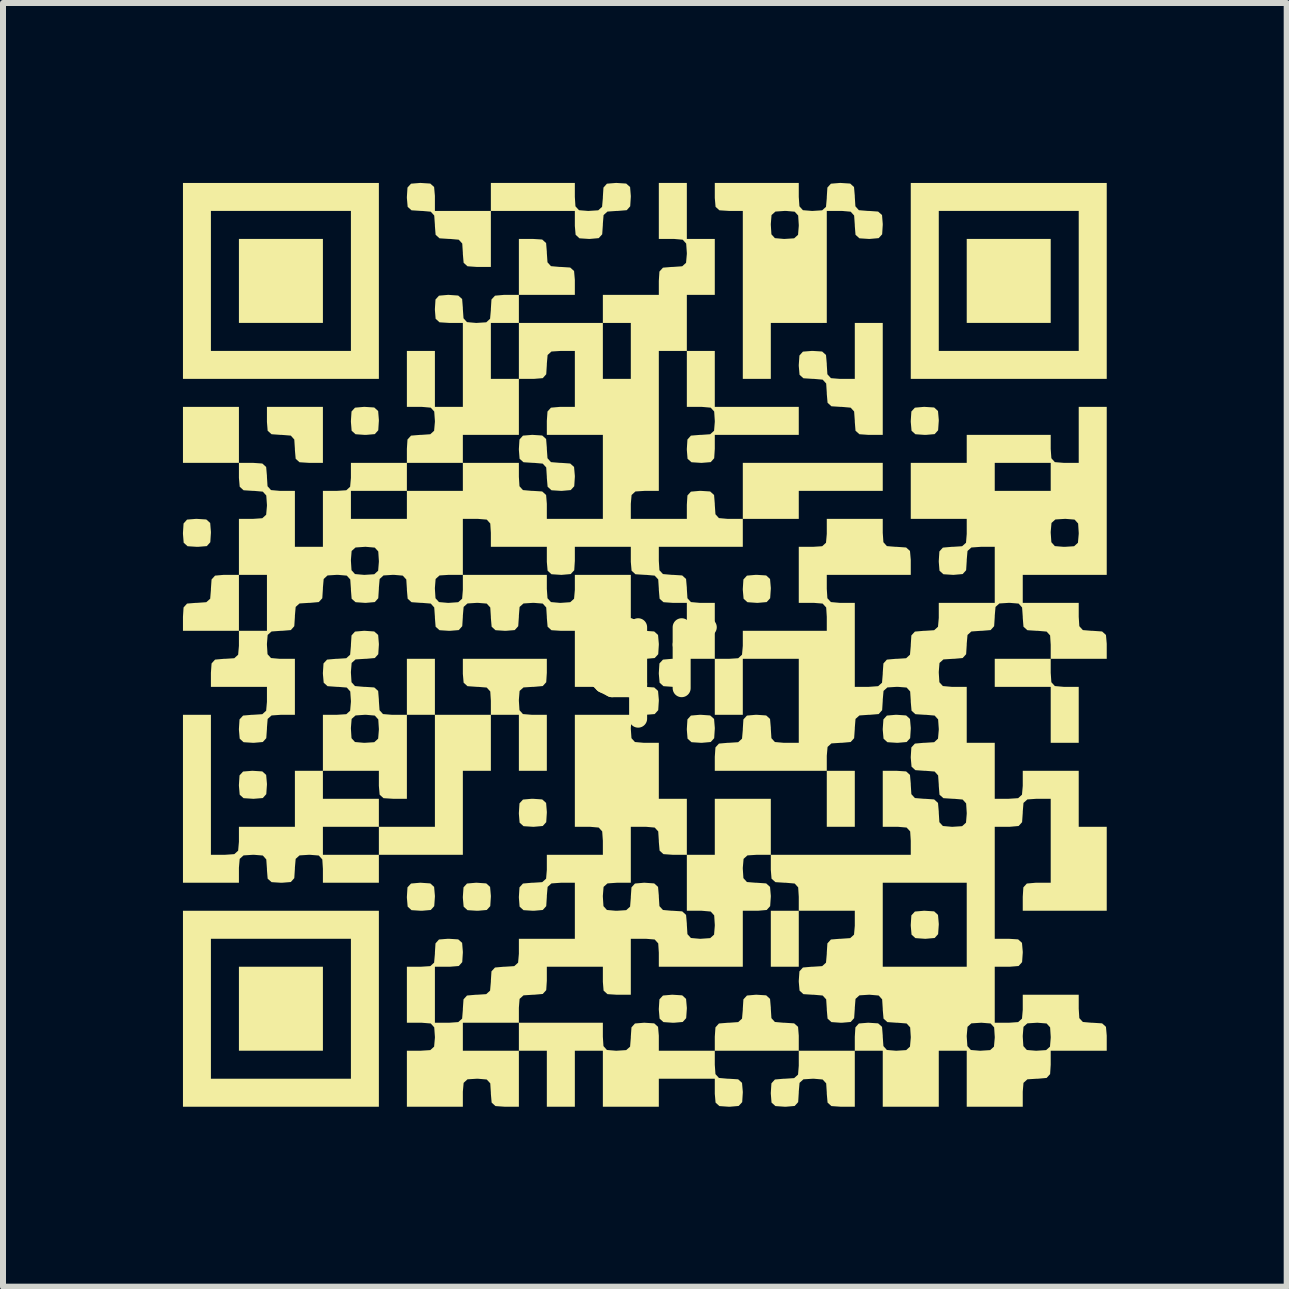
<source format=kicad_pcb>
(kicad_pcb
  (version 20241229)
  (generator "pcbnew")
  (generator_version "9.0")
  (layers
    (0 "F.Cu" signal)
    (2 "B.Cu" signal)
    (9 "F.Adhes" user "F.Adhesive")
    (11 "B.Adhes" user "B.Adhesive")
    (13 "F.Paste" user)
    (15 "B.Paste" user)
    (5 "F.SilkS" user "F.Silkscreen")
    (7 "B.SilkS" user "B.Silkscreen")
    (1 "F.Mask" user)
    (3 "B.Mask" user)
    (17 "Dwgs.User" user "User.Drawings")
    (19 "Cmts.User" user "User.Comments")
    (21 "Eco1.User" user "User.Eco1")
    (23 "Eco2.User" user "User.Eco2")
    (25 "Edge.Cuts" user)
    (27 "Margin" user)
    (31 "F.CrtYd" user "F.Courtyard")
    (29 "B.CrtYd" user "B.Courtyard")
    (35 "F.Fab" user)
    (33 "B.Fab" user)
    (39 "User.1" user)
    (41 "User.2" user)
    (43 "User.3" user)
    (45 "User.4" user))
  (footprint "qr"
    (layer "F.Cu")
    (at 7.733 7.733)
    (property "Reference" "qr" (at 0 0 0) (layer "F.SilkS") (effects (font (size 1.524 1.524) (thickness 0.3))))
    (attr board_only exclude_from_pos_files exclude_from_bom)
    (fp_poly (pts (xy -6.8 -3.067) (xy -7.733 -3.067) (xy -7.733 -4) (xy -6.8 -4)) (stroke (width 0) (type solid)) (fill yes) (layer "F.SilkS"))
    (fp_poly (pts (xy -5.4 -5.4) (xy -6.8 -5.4) (xy -6.8 -6.8) (xy -5.4 -6.8)) (stroke (width 0) (type solid)) (fill yes) (layer "F.SilkS"))
    (fp_poly (pts (xy -5.4 6.733) (xy -6.8 6.733) (xy -6.8 5.333) (xy -5.4 5.333)) (stroke (width 0) (type solid)) (fill yes) (layer "F.SilkS"))
    (fp_poly (pts (xy 2.533 5.333) (xy 2.067 5.333) (xy 2.067 4.4) (xy 2.533 4.4)) (stroke (width 0) (type solid)) (fill yes) (layer "F.SilkS"))
    (fp_poly (pts (xy 3.467 3) (xy 3 3) (xy 3 2.067) (xy 3.467 2.067)) (stroke (width 0) (type solid)) (fill yes) (layer "F.SilkS"))
    (fp_poly (pts (xy 6.733 -5.4) (xy 5.333 -5.4) (xy 5.333 -6.8) (xy 6.733 -6.8)) (stroke (width 0) (type solid)) (fill yes) (layer "F.SilkS"))
    (fp_poly (pts (xy 3.933 -2.6) (xy 2.533 -2.6) (xy 2.533 -2.133) (xy 1.6 -2.133) (xy 1.6 -3.067) (xy 3.933 -3.067)) (stroke (width 0) (type solid)) (fill yes) (layer "F.SilkS"))
    (fp_poly (pts (xy -4.467 -4.467) (xy -7.733 -4.467) (xy -7.733 -4.933) (xy -7.267 -4.933) (xy -4.933 -4.933) (xy -4.933 -7.267) (xy -7.267 -7.267) (xy -7.267 -4.933) (xy -7.733 -4.933) (xy -7.733 -7.733) (xy -4.467 -7.733)) (stroke (width 0) (type solid)) (fill yes) (layer "F.SilkS"))
    (fp_poly (pts (xy -4.467 7.667) (xy -7.733 7.667) (xy -7.733 7.2) (xy -7.267 7.2) (xy -4.933 7.2) (xy -4.933 4.867) (xy -7.267 4.867) (xy -7.267 7.2) (xy -7.733 7.2) (xy -7.733 4.4) (xy -4.467 4.4)) (stroke (width 0) (type solid)) (fill yes) (layer "F.SilkS"))
    (fp_poly (pts (xy 7.667 -4.467) (xy 4.4 -4.467) (xy 4.4 -4.933) (xy 4.867 -4.933) (xy 7.2 -4.933) (xy 7.2 -7.267) (xy 4.867 -7.267) (xy 4.867 -4.933) (xy 4.4 -4.933) (xy 4.4 -7.733) (xy 7.667 -7.733)) (stroke (width 0) (type solid)) (fill yes) (layer "F.SilkS"))
    (fp_poly (pts (xy 6.733 0.433) (xy 6.744 0.59) (xy 6.802 0.654) (xy 6.949 0.667) (xy 6.967 0.667) (xy 7.2 0.667) (xy 7.2 1.6) (xy 6.733 1.6) (xy 6.733 0.667) (xy 5.8 0.667) (xy 5.8 0.2) (xy 6.733 0.2)) (stroke (width 0) (type solid)) (fill yes) (layer "F.SilkS"))
    (fp_poly (pts (xy -7.344 -2.123) (xy -7.279 -2.065) (xy -7.267 -1.918) (xy -7.267 -1.9) (xy -7.277 -1.744) (xy -7.335 -1.679) (xy -7.482 -1.667) (xy -7.5 -1.667) (xy -7.656 -1.677) (xy -7.721 -1.735) (xy -7.733 -1.882) (xy -7.733 -1.9) (xy -7.723 -2.056) (xy -7.665 -2.121) (xy -7.518 -2.133) (xy -7.5 -2.133)) (stroke (width 0) (type solid)) (fill yes) (layer "F.SilkS"))
    (fp_poly (pts (xy -6.41 2.077) (xy -6.346 2.135) (xy -6.333 2.282) (xy -6.333 2.3) (xy -6.344 2.456) (xy -6.402 2.521) (xy -6.549 2.533) (xy -6.567 2.533) (xy -6.723 2.523) (xy -6.787 2.465) (xy -6.8 2.318) (xy -6.8 2.3) (xy -6.79 2.144) (xy -6.731 2.079) (xy -6.584 2.067) (xy -6.567 2.067)) (stroke (width 0) (type solid)) (fill yes) (layer "F.SilkS"))
    (fp_poly (pts (xy -5.4 -3.067) (xy -5.633 -3.067) (xy -5.79 -3.077) (xy -5.854 -3.135) (xy -5.867 -3.282) (xy -5.867 -3.3) (xy -5.877 -3.456) (xy -5.935 -3.521) (xy -6.082 -3.533) (xy -6.1 -3.533) (xy -6.256 -3.544) (xy -6.321 -3.602) (xy -6.333 -3.749) (xy -6.333 -3.767) (xy -6.333 -4) (xy -5.4 -4)) (stroke (width 0) (type solid)) (fill yes) (layer "F.SilkS"))
    (fp_poly (pts (xy -4.544 -3.99) (xy -4.479 -3.931) (xy -4.467 -3.784) (xy -4.467 -3.767) (xy -4.477 -3.61) (xy -4.535 -3.546) (xy -4.682 -3.533) (xy -4.7 -3.533) (xy -4.856 -3.544) (xy -4.921 -3.602) (xy -4.933 -3.749) (xy -4.933 -3.767) (xy -4.923 -3.923) (xy -4.865 -3.987) (xy -4.718 -4) (xy -4.7 -4)) (stroke (width 0) (type solid)) (fill yes) (layer "F.SilkS"))
    (fp_poly (pts (xy -3.61 3.944) (xy -3.546 4.002) (xy -3.533 4.149) (xy -3.533 4.167) (xy -3.544 4.323) (xy -3.602 4.387) (xy -3.749 4.4) (xy -3.767 4.4) (xy -3.923 4.39) (xy -3.987 4.331) (xy -4 4.184) (xy -4 4.167) (xy -3.99 4.01) (xy -3.931 3.946) (xy -3.784 3.933) (xy -3.767 3.933)) (stroke (width 0) (type solid)) (fill yes) (layer "F.SilkS"))
    (fp_poly (pts (xy -2.677 3.944) (xy -2.613 4.002) (xy -2.6 4.149) (xy -2.6 4.167) (xy -2.61 4.323) (xy -2.669 4.387) (xy -2.816 4.4) (xy -2.833 4.4) (xy -2.99 4.39) (xy -3.054 4.331) (xy -3.067 4.184) (xy -3.067 4.167) (xy -3.056 4.01) (xy -2.998 3.946) (xy -2.851 3.933) (xy -2.833 3.933)) (stroke (width 0) (type solid)) (fill yes) (layer "F.SilkS"))
    (fp_poly (pts (xy -1.744 -6.79) (xy -1.679 -6.731) (xy -1.667 -6.584) (xy -1.667 -6.567) (xy -1.656 -6.41) (xy -1.598 -6.346) (xy -1.451 -6.333) (xy -1.433 -6.333) (xy -1.277 -6.323) (xy -1.213 -6.265) (xy -1.2 -6.118) (xy -1.2 -6.1) (xy -1.2 -5.867) (xy -2.133 -5.867) (xy -2.133 -6.8) (xy -1.9 -6.8)) (stroke (width 0) (type solid)) (fill yes) (layer "F.SilkS"))
    (fp_poly (pts (xy -1.744 2.544) (xy -1.679 2.602) (xy -1.667 2.749) (xy -1.667 2.767) (xy -1.677 2.923) (xy -1.735 2.987) (xy -1.882 3) (xy -1.9 3) (xy -2.056 2.99) (xy -2.121 2.931) (xy -2.133 2.784) (xy -2.133 2.767) (xy -2.123 2.61) (xy -2.065 2.546) (xy -1.918 2.533) (xy -1.9 2.533)) (stroke (width 0) (type solid)) (fill yes) (layer "F.SilkS"))
    (fp_poly (pts (xy 0.59 0.21) (xy 0.654 0.269) (xy 0.667 0.416) (xy 0.667 0.433) (xy 0.656 0.59) (xy 0.598 0.654) (xy 0.451 0.667) (xy 0.433 0.667) (xy 0.277 0.656) (xy 0.213 0.598) (xy 0.2 0.451) (xy 0.2 0.433) (xy 0.21 0.277) (xy 0.269 0.213) (xy 0.416 0.2) (xy 0.433 0.2)) (stroke (width 0) (type solid)) (fill yes) (layer "F.SilkS"))
    (fp_poly (pts (xy 0.59 5.81) (xy 0.654 5.869) (xy 0.667 6.016) (xy 0.667 6.033) (xy 0.656 6.19) (xy 0.598 6.254) (xy 0.451 6.267) (xy 0.433 6.267) (xy 0.277 6.256) (xy 0.213 6.198) (xy 0.2 6.051) (xy 0.2 6.033) (xy 0.21 5.877) (xy 0.269 5.813) (xy 0.416 5.8) (xy 0.433 5.8)) (stroke (width 0) (type solid)) (fill yes) (layer "F.SilkS"))
    (fp_poly (pts (xy 1.056 1.144) (xy 1.121 1.202) (xy 1.133 1.349) (xy 1.133 1.367) (xy 1.123 1.523) (xy 1.065 1.587) (xy 0.918 1.6) (xy 0.9 1.6) (xy 0.744 1.59) (xy 0.679 1.531) (xy 0.667 1.384) (xy 0.667 1.367) (xy 0.677 1.21) (xy 0.735 1.146) (xy 0.882 1.133) (xy 0.9 1.133)) (stroke (width 0) (type solid)) (fill yes) (layer "F.SilkS"))
    (fp_poly (pts (xy 1.99 -1.19) (xy 2.054 -1.131) (xy 2.067 -0.984) (xy 2.067 -0.967) (xy 2.056 -0.81) (xy 1.998 -0.746) (xy 1.851 -0.733) (xy 1.833 -0.733) (xy 1.677 -0.744) (xy 1.613 -0.802) (xy 1.6 -0.949) (xy 1.6 -0.967) (xy 1.61 -1.123) (xy 1.669 -1.187) (xy 1.816 -1.2) (xy 1.833 -1.2)) (stroke (width 0) (type solid)) (fill yes) (layer "F.SilkS"))
    (fp_poly (pts (xy 4.323 1.144) (xy 4.387 1.202) (xy 4.4 1.349) (xy 4.4 1.367) (xy 4.39 1.523) (xy 4.331 1.587) (xy 4.184 1.6) (xy 4.167 1.6) (xy 4.01 1.59) (xy 3.946 1.531) (xy 3.933 1.384) (xy 3.933 1.367) (xy 3.944 1.21) (xy 4.002 1.146) (xy 4.149 1.133) (xy 4.167 1.133)) (stroke (width 0) (type solid)) (fill yes) (layer "F.SilkS"))
    (fp_poly (pts (xy 4.79 -3.99) (xy 4.854 -3.931) (xy 4.867 -3.784) (xy 4.867 -3.767) (xy 4.856 -3.61) (xy 4.798 -3.546) (xy 4.651 -3.533) (xy 4.633 -3.533) (xy 4.477 -3.544) (xy 4.413 -3.602) (xy 4.4 -3.749) (xy 4.4 -3.767) (xy 4.41 -3.923) (xy 4.469 -3.987) (xy 4.616 -4) (xy 4.633 -4)) (stroke (width 0) (type solid)) (fill yes) (layer "F.SilkS"))
    (fp_poly (pts (xy 4.79 4.41) (xy 4.854 4.469) (xy 4.867 4.616) (xy 4.867 4.633) (xy 4.856 4.79) (xy 4.798 4.854) (xy 4.651 4.867) (xy 4.633 4.867) (xy 4.477 4.856) (xy 4.413 4.798) (xy 4.4 4.651) (xy 4.4 4.633) (xy 4.41 4.477) (xy 4.469 4.413) (xy 4.616 4.4) (xy 4.633 4.4)) (stroke (width 0) (type solid)) (fill yes) (layer "F.SilkS"))
    (fp_poly (pts (xy 1.133 -4) (xy 2.533 -4) (xy 2.533 -3.533) (xy 1.133 -3.533) (xy 1.133 -3.3) (xy 1.123 -3.144) (xy 1.065 -3.079) (xy 0.918 -3.067) (xy 0.9 -3.067) (xy 0.744 -3.077) (xy 0.679 -3.135) (xy 0.667 -3.282) (xy 0.667 -3.3) (xy 0.677 -3.456) (xy 0.735 -3.521) (xy 0.882 -3.533) (xy 0.9 -3.533) (xy 1.056 -3.544) (xy 1.121 -3.602) (xy 1.133 -3.749) (xy 1.133 -3.767) (xy 1.123 -3.923) (xy 1.065 -3.987) (xy 0.918 -4) (xy 0.9 -4) (xy 0.667 -4) (xy 0.667 -4.933) (xy 1.133 -4.933)) (stroke (width 0) (type solid)) (fill yes) (layer "F.SilkS"))
    (fp_poly (pts (xy -1.667 0.433) (xy -1.677 0.59) (xy -1.735 0.654) (xy -1.882 0.667) (xy -1.9 0.667) (xy -2.056 0.677) (xy -2.121 0.735) (xy -2.133 0.882) (xy -2.133 0.9) (xy -2.123 1.056) (xy -2.065 1.121) (xy -1.918 1.133) (xy -1.9 1.133) (xy -1.667 1.133) (xy -1.667 2.067) (xy -2.133 2.067) (xy -2.133 1.133) (xy -2.6 1.133) (xy -2.6 0.9) (xy -2.61 0.744) (xy -2.669 0.679) (xy -2.816 0.667) (xy -2.833 0.667) (xy -2.99 0.656) (xy -3.054 0.598) (xy -3.067 0.451) (xy -3.067 0.433) (xy -3.067 0.2) (xy -1.667 0.2)) (stroke (width 0) (type solid)) (fill yes) (layer "F.SilkS"))
    (fp_poly (pts (xy -3.61 -7.723) (xy -3.546 -7.665) (xy -3.533 -7.518) (xy -3.533 -7.5) (xy -3.533 -7.267) (xy -2.6 -7.267) (xy -2.6 -6.333) (xy -2.833 -6.333) (xy -2.99 -6.344) (xy -3.054 -6.402) (xy -3.067 -6.549) (xy -3.067 -6.567) (xy -3.077 -6.723) (xy -3.135 -6.787) (xy -3.282 -6.8) (xy -3.3 -6.8) (xy -3.456 -6.81) (xy -3.521 -6.869) (xy -3.533 -7.016) (xy -3.533 -7.033) (xy -3.544 -7.19) (xy -3.602 -7.254) (xy -3.749 -7.267) (xy -3.767 -7.267) (xy -3.923 -7.277) (xy -3.987 -7.335) (xy -4 -7.482) (xy -4 -7.5) (xy -3.99 -7.656) (xy -3.931 -7.721) (xy -3.784 -7.733) (xy -3.767 -7.733)) (stroke (width 0) (type solid)) (fill yes) (layer "F.SilkS"))
    (fp_poly (pts (xy -1.744 -3.523) (xy -1.679 -3.465) (xy -1.667 -3.318) (xy -1.667 -3.3) (xy -1.656 -3.144) (xy -1.598 -3.079) (xy -1.451 -3.067) (xy -1.433 -3.067) (xy -1.277 -3.056) (xy -1.213 -2.998) (xy -1.2 -2.851) (xy -1.2 -2.833) (xy -1.21 -2.677) (xy -1.269 -2.613) (xy -1.416 -2.6) (xy -1.433 -2.6) (xy -1.59 -2.61) (xy -1.654 -2.669) (xy -1.667 -2.816) (xy -1.667 -2.833) (xy -1.677 -2.99) (xy -1.735 -3.054) (xy -1.882 -3.067) (xy -1.9 -3.067) (xy -2.056 -3.077) (xy -2.121 -3.135) (xy -2.133 -3.282) (xy -2.133 -3.3) (xy -2.123 -3.456) (xy -2.065 -3.521) (xy -1.918 -3.533) (xy -1.9 -3.533)) (stroke (width 0) (type solid)) (fill yes) (layer "F.SilkS"))
    (fp_poly (pts (xy -1.2 -7.5) (xy -1.19 -7.344) (xy -1.131 -7.279) (xy -0.984 -7.267) (xy -0.967 -7.267) (xy -0.81 -7.277) (xy -0.746 -7.335) (xy -0.733 -7.482) (xy -0.733 -7.5) (xy -0.723 -7.656) (xy -0.665 -7.721) (xy -0.518 -7.733) (xy -0.5 -7.733) (xy -0.344 -7.723) (xy -0.279 -7.665) (xy -0.267 -7.518) (xy -0.267 -7.5) (xy -0.277 -7.344) (xy -0.335 -7.279) (xy -0.482 -7.267) (xy -0.5 -7.267) (xy -0.656 -7.256) (xy -0.721 -7.198) (xy -0.733 -7.051) (xy -0.733 -7.033) (xy -0.744 -6.877) (xy -0.802 -6.813) (xy -0.949 -6.8) (xy -0.967 -6.8) (xy -1.123 -6.81) (xy -1.187 -6.869) (xy -1.2 -7.016) (xy -1.2 -7.033) (xy -1.2 -7.267) (xy -2.6 -7.267) (xy -2.6 -7.733) (xy -1.2 -7.733)) (stroke (width 0) (type solid)) (fill yes) (layer "F.SilkS"))
    (fp_poly (pts (xy 3.933 -3.533) (xy 3.7 -3.533) (xy 3.544 -3.544) (xy 3.479 -3.602) (xy 3.467 -3.749) (xy 3.467 -3.767) (xy 3.456 -3.923) (xy 3.398 -3.987) (xy 3.251 -4) (xy 3.233 -4) (xy 3.077 -4.01) (xy 3.013 -4.069) (xy 3 -4.216) (xy 3 -4.233) (xy 2.99 -4.39) (xy 2.931 -4.454) (xy 2.784 -4.467) (xy 2.767 -4.467) (xy 2.61 -4.477) (xy 2.546 -4.535) (xy 2.533 -4.682) (xy 2.533 -4.7) (xy 2.544 -4.856) (xy 2.602 -4.921) (xy 2.749 -4.933) (xy 2.767 -4.933) (xy 2.923 -4.923) (xy 2.987 -4.865) (xy 3 -4.718) (xy 3 -4.7) (xy 3.01 -4.544) (xy 3.069 -4.479) (xy 3.216 -4.467) (xy 3.233 -4.467) (xy 3.467 -4.467) (xy 3.467 -5.4) (xy 3.933 -5.4)) (stroke (width 0) (type solid)) (fill yes) (layer "F.SilkS"))
    (fp_poly (pts (xy 2.533 -7.5) (xy 2.544 -7.344) (xy 2.602 -7.279) (xy 2.749 -7.267) (xy 2.767 -7.267) (xy 2.923 -7.277) (xy 2.987 -7.335) (xy 3 -7.482) (xy 3 -7.5) (xy 3.01 -7.656) (xy 3.069 -7.721) (xy 3.216 -7.733) (xy 3.233 -7.733) (xy 3.39 -7.723) (xy 3.454 -7.665) (xy 3.467 -7.518) (xy 3.467 -7.5) (xy 3.477 -7.344) (xy 3.535 -7.279) (xy 3.682 -7.267) (xy 3.7 -7.267) (xy 3.856 -7.256) (xy 3.921 -7.198) (xy 3.933 -7.051) (xy 3.933 -7.033) (xy 3.923 -6.877) (xy 3.865 -6.813) (xy 3.718 -6.8) (xy 3.7 -6.8) (xy 3.544 -6.81) (xy 3.479 -6.869) (xy 3.467 -7.016) (xy 3.467 -7.033) (xy 3.456 -7.19) (xy 3.398 -7.254) (xy 3.251 -7.267) (xy 3.233 -7.267) (xy 3 -7.267) (xy 3 -5.4) (xy 2.067 -5.4) (xy 2.067 -4.467) (xy 1.6 -4.467) (xy 1.6 -7.033) (xy 2.067 -7.033) (xy 2.077 -6.877) (xy 2.135 -6.813) (xy 2.282 -6.8) (xy 2.3 -6.8) (xy 2.456 -6.81) (xy 2.521 -6.869) (xy 2.533 -7.016) (xy 2.533 -7.033) (xy 2.523 -7.19) (xy 2.465 -7.254) (xy 2.318 -7.267) (xy 2.3 -7.267) (xy 2.144 -7.256) (xy 2.079 -7.198) (xy 2.067 -7.051) (xy 2.067 -7.033) (xy 1.6 -7.033) (xy 1.6 -7.267) (xy 1.367 -7.267) (xy 1.21 -7.277) (xy 1.146 -7.335) (xy 1.133 -7.482) (xy 1.133 -7.5) (xy 1.133 -7.733) (xy 2.533 -7.733)) (stroke (width 0) (type solid)) (fill yes) (layer "F.SilkS"))
    (fp_poly (pts (xy -2.6 1.133) (xy -2.6 2.067) (xy -3.067 2.067) (xy -3.067 3.467) (xy -4.467 3.467) (xy -4.467 3.933) (xy -5.4 3.933) (xy -5.4 3.7) (xy -5.41 3.544) (xy -5.469 3.479) (xy -5.616 3.467) (xy -5.633 3.467) (xy -5.4 3.467) (xy -4.467 3.467) (xy -4.467 3) (xy -5.4 3) (xy -5.4 3.467) (xy -5.633 3.467) (xy -5.79 3.477) (xy -5.854 3.535) (xy -5.867 3.682) (xy -5.867 3.7) (xy -5.877 3.856) (xy -5.935 3.921) (xy -6.082 3.933) (xy -6.1 3.933) (xy -6.256 3.923) (xy -6.321 3.865) (xy -6.333 3.718) (xy -6.333 3.7) (xy -6.344 3.544) (xy -6.402 3.479) (xy -6.549 3.467) (xy -6.567 3.467) (xy -6.723 3.477) (xy -6.787 3.535) (xy -6.8 3.682) (xy -6.8 3.7) (xy -6.8 3.933) (xy -7.733 3.933) (xy -7.733 1.133) (xy -7.267 1.133) (xy -7.267 3.467) (xy -7.033 3.467) (xy -6.877 3.456) (xy -6.813 3.398) (xy -6.8 3.251) (xy -6.8 3.233) (xy -6.8 3) (xy -5.867 3) (xy -5.867 2.533) (xy -5.4 2.533) (xy -4.467 2.533) (xy -4.467 3) (xy -3.533 3) (xy -3.533 1.133) (xy -4 1.133) (xy -4 2.533) (xy -4.233 2.533) (xy -4.39 2.523) (xy -4.454 2.465) (xy -4.467 2.318) (xy -4.467 2.3) (xy -4.467 2.067) (xy -5.4 2.067) (xy -5.4 2.533) (xy -5.867 2.533) (xy -5.867 2.067) (xy -5.4 2.067) (xy -5.4 1.367) (xy -4.933 1.367) (xy -4.923 1.523) (xy -4.865 1.587) (xy -4.718 1.6) (xy -4.7 1.6) (xy -4.544 1.59) (xy -4.479 1.531) (xy -4.467 1.384) (xy -4.467 1.367) (xy -4.477 1.21) (xy -4.535 1.146) (xy -4.682 1.133) (xy -4.7 1.133) (xy -4.856 1.144) (xy -4.921 1.202) (xy -4.933 1.349) (xy -4.933 1.367) (xy -5.4 1.367) (xy -5.4 1.133) (xy -5.167 1.133) (xy -5.01 1.123) (xy -4.946 1.065) (xy -4.933 0.918) (xy -4.933 0.9) (xy -4.944 0.744) (xy -5.002 0.679) (xy -5.149 0.667) (xy -5.167 0.667) (xy -5.323 0.656) (xy -5.387 0.598) (xy -5.4 0.451) (xy -5.4 0.433) (xy -5.39 0.277) (xy -5.331 0.213) (xy -5.184 0.2) (xy -5.167 0.2) (xy -5.01 0.19) (xy -4.946 0.131) (xy -4.933 -0.016) (xy -4.933 -0.033) (xy -4.923 -0.19) (xy -4.865 -0.254) (xy -4.718 -0.267) (xy -4.7 -0.267) (xy -4.544 -0.256) (xy -4.479 -0.198) (xy -4.467 -0.051) (xy -4.467 -0.033) (xy -4.477 0.123) (xy -4.535 0.187) (xy -4.682 0.2) (xy -4.7 0.2) (xy -4.856 0.21) (xy -4.921 0.269) (xy -4.933 0.416) (xy -4.933 0.433) (xy -4.923 0.59) (xy -4.865 0.654) (xy -4.718 0.667) (xy -4.7 0.667) (xy -4.544 0.677) (xy -4.479 0.735) (xy -4.467 0.882) (xy -4.467 0.9) (xy -4.456 1.056) (xy -4.398 1.121) (xy -4.251 1.133) (xy -4.233 1.133) (xy -4 1.133) (xy -4 0.2) (xy -3.533 0.2) (xy -3.533 1.133)) (stroke (width 0) (type solid)) (fill yes) (layer "F.SilkS"))
    (fp_poly (pts (xy 0.667 -6.8) (xy 1.133 -6.8) (xy 1.133 -5.867) (xy 0.667 -5.867) (xy 0.667 -4.933) (xy 0.2 -4.933) (xy 0.2 -2.6) (xy -0.033 -2.6) (xy -0.19 -2.59) (xy -0.254 -2.531) (xy -0.267 -2.384) (xy -0.267 -2.367) (xy -0.267 -2.133) (xy 0.667 -2.133) (xy 0.667 -2.367) (xy 0.677 -2.523) (xy 0.735 -2.587) (xy 0.882 -2.6) (xy 0.9 -2.6) (xy 1.056 -2.59) (xy 1.121 -2.531) (xy 1.133 -2.384) (xy 1.133 -2.367) (xy 1.144 -2.21) (xy 1.202 -2.146) (xy 1.349 -2.133) (xy 1.367 -2.133) (xy 1.6 -2.133) (xy 1.6 -1.667) (xy 0.2 -1.667) (xy 0.2 -1.433) (xy 0.21 -1.277) (xy 0.269 -1.213) (xy 0.416 -1.2) (xy 0.433 -1.2) (xy 0.59 -1.19) (xy 0.654 -1.131) (xy 0.667 -0.984) (xy 0.667 -0.967) (xy 0.677 -0.81) (xy 0.735 -0.746) (xy 0.882 -0.733) (xy 0.9 -0.733) (xy 1.133 -0.733) (xy 1.133 0.2) (xy 1.367 0.2) (xy 1.523 0.19) (xy 1.587 0.131) (xy 1.6 -0.016) (xy 1.6 -0.033) (xy 1.6 -0.267) (xy 3 -0.267) (xy 3 -0.5) (xy 2.99 -0.656) (xy 2.931 -0.721) (xy 2.784 -0.733) (xy 2.767 -0.733) (xy 2.533 -0.733) (xy 2.533 -1.667) (xy 2.767 -1.667) (xy 2.923 -1.677) (xy 2.987 -1.735) (xy 3 -1.882) (xy 3 -1.9) (xy 3 -2.133) (xy 3.933 -2.133) (xy 3.933 -1.9) (xy 3.944 -1.744) (xy 4.002 -1.679) (xy 4.149 -1.667) (xy 4.167 -1.667) (xy 4.323 -1.656) (xy 4.387 -1.598) (xy 4.4 -1.451) (xy 4.4 -1.433) (xy 4.4 -1.2) (xy 3 -1.2) (xy 3 -0.967) (xy 3.01 -0.81) (xy 3.069 -0.746) (xy 3.216 -0.733) (xy 3.233 -0.733) (xy 3.467 -0.733) (xy 3.467 0.667) (xy 3.7 0.667) (xy 3.856 0.656) (xy 3.921 0.598) (xy 3.933 0.451) (xy 3.933 0.433) (xy 3.944 0.277) (xy 4.002 0.213) (xy 4.149 0.2) (xy 4.167 0.2) (xy 4.323 0.19) (xy 4.387 0.131) (xy 4.4 -0.016) (xy 4.4 -0.033) (xy 4.41 -0.19) (xy 4.469 -0.254) (xy 4.616 -0.267) (xy 4.633 -0.267) (xy 4.79 -0.277) (xy 4.854 -0.335) (xy 4.867 -0.482) (xy 4.867 -0.5) (xy 4.867 -0.733) (xy 5.8 -0.733) (xy 5.8 -1.667) (xy 5.567 -1.667) (xy 5.41 -1.656) (xy 5.346 -1.598) (xy 5.333 -1.451) (xy 5.333 -1.433) (xy 5.323 -1.277) (xy 5.265 -1.213) (xy 5.118 -1.2) (xy 5.1 -1.2) (xy 4.944 -1.21) (xy 4.879 -1.269) (xy 4.867 -1.416) (xy 4.867 -1.433) (xy 4.877 -1.59) (xy 4.935 -1.654) (xy 5.082 -1.667) (xy 5.1 -1.667) (xy 5.256 -1.677) (xy 5.321 -1.735) (xy 5.333 -1.882) (xy 5.333 -1.9) (xy 6.733 -1.9) (xy 6.744 -1.744) (xy 6.802 -1.679) (xy 6.949 -1.667) (xy 6.967 -1.667) (xy 7.123 -1.677) (xy 7.187 -1.735) (xy 7.2 -1.882) (xy 7.2 -1.9) (xy 7.19 -2.056) (xy 7.131 -2.121) (xy 6.984 -2.133) (xy 6.967 -2.133) (xy 6.81 -2.123) (xy 6.746 -2.065) (xy 6.733 -1.918) (xy 6.733 -1.9) (xy 5.333 -1.9) (xy 5.333 -2.133) (xy 4.4 -2.133) (xy 4.4 -2.6) (xy 5.8 -2.6) (xy 6.733 -2.6) (xy 6.733 -3.067) (xy 5.8 -3.067) (xy 5.8 -2.6) (xy 4.4 -2.6) (xy 4.4 -3.067) (xy 5.333 -3.067) (xy 5.333 -3.533) (xy 6.733 -3.533) (xy 6.733 -3.3) (xy 6.744 -3.144) (xy 6.802 -3.079) (xy 6.949 -3.067) (xy 6.967 -3.067) (xy 7.2 -3.067) (xy 7.2 -4) (xy 7.667 -4) (xy 7.667 -1.2) (xy 6.267 -1.2) (xy 6.267 -0.733) (xy 7.2 -0.733) (xy 7.2 -0.5) (xy 7.21 -0.344) (xy 7.269 -0.279) (xy 7.416 -0.267) (xy 7.433 -0.267) (xy 7.59 -0.256) (xy 7.654 -0.198) (xy 7.667 -0.051) (xy 7.667 -0.033) (xy 7.667 0.2) (xy 6.733 0.2) (xy 6.733 -0.033) (xy 6.723 -0.19) (xy 6.665 -0.254) (xy 6.518 -0.267) (xy 6.5 -0.267) (xy 6.344 -0.277) (xy 6.279 -0.335) (xy 6.267 -0.482) (xy 6.267 -0.5) (xy 6.256 -0.656) (xy 6.198 -0.721) (xy 6.051 -0.733) (xy 6.033 -0.733) (xy 5.877 -0.723) (xy 5.813 -0.665) (xy 5.8 -0.518) (xy 5.8 -0.5) (xy 5.79 -0.344) (xy 5.731 -0.279) (xy 5.584 -0.267) (xy 5.567 -0.267) (xy 5.41 -0.256) (xy 5.346 -0.198) (xy 5.333 -0.051) (xy 5.333 -0.033) (xy 5.323 0.123) (xy 5.265 0.187) (xy 5.118 0.2) (xy 5.1 0.2) (xy 4.944 0.21) (xy 4.879 0.269) (xy 4.867 0.416) (xy 4.867 0.433) (xy 4.877 0.59) (xy 4.935 0.654) (xy 5.082 0.667) (xy 5.1 0.667) (xy 5.333 0.667) (xy 5.333 1.6) (xy 5.8 1.6) (xy 5.8 2.533) (xy 6.033 2.533) (xy 6.19 2.523) (xy 6.254 2.465) (xy 6.267 2.318) (xy 6.267 2.3) (xy 6.267 2.067) (xy 7.2 2.067) (xy 7.2 3) (xy 7.667 3) (xy 7.667 4.4) (xy 6.267 4.4) (xy 6.267 4.167) (xy 6.277 4.01) (xy 6.335 3.946) (xy 6.482 3.933) (xy 6.5 3.933) (xy 6.733 3.933) (xy 6.733 2.533) (xy 6.5 2.533) (xy 6.344 2.544) (xy 6.279 2.602) (xy 6.267 2.749) (xy 6.267 2.767) (xy 6.256 2.923) (xy 6.198 2.987) (xy 6.051 3) (xy 6.033 3) (xy 5.8 3) (xy 5.8 4.867) (xy 6.033 4.867) (xy 6.19 4.877) (xy 6.254 4.935) (xy 6.267 5.082) (xy 6.267 5.1) (xy 6.256 5.256) (xy 6.198 5.321) (xy 6.051 5.333) (xy 6.033 5.333) (xy 5.8 5.333) (xy 5.8 6.267) (xy 6.033 6.267) (xy 6.19 6.256) (xy 6.254 6.198) (xy 6.267 6.051) (xy 6.267 6.033) (xy 6.267 5.8) (xy 7.2 5.8) (xy 7.2 6.033) (xy 7.21 6.19) (xy 7.269 6.254) (xy 7.416 6.267) (xy 7.433 6.267) (xy 7.59 6.277) (xy 7.654 6.335) (xy 7.667 6.482) (xy 7.667 6.5) (xy 7.667 6.733) (xy 6.733 6.733) (xy 6.733 6.967) (xy 6.723 7.123) (xy 6.665 7.187) (xy 6.518 7.2) (xy 6.5 7.2) (xy 6.344 7.21) (xy 6.279 7.269) (xy 6.267 7.416) (xy 6.267 7.433) (xy 6.267 7.667) (xy 5.333 7.667) (xy 5.333 6.733) (xy 4.867 6.733) (xy 4.867 7.667) (xy 3.933 7.667) (xy 3.933 6.733) (xy 3.467 6.733) (xy 3.467 7.667) (xy 3.233 7.667) (xy 3.077 7.656) (xy 3.013 7.598) (xy 3 7.451) (xy 3 7.433) (xy 2.99 7.277) (xy 2.931 7.213) (xy 2.784 7.2) (xy 2.767 7.2) (xy 2.61 7.21) (xy 2.546 7.269) (xy 2.533 7.416) (xy 2.533 7.433) (xy 2.523 7.59) (xy 2.465 7.654) (xy 2.318 7.667) (xy 2.3 7.667) (xy 2.144 7.656) (xy 2.079 7.598) (xy 2.067 7.451) (xy 2.067 7.433) (xy 2.077 7.277) (xy 2.135 7.213) (xy 2.282 7.2) (xy 2.3 7.2) (xy 2.456 7.19) (xy 2.521 7.131) (xy 2.533 6.984) (xy 2.533 6.967) (xy 2.533 6.733) (xy 1.133 6.733) (xy 1.133 6.967) (xy 1.144 7.123) (xy 1.202 7.187) (xy 1.349 7.2) (xy 1.367 7.2) (xy 1.523 7.21) (xy 1.587 7.269) (xy 1.6 7.416) (xy 1.6 7.433) (xy 1.59 7.59) (xy 1.531 7.654) (xy 1.384 7.667) (xy 1.367 7.667) (xy 1.21 7.656) (xy 1.146 7.598) (xy 1.133 7.451) (xy 1.133 7.433) (xy 1.133 7.2) (xy 0.2 7.2) (xy 0.2 7.667) (xy -0.733 7.667) (xy -0.733 6.733) (xy -1.2 6.733) (xy -1.2 7.667) (xy -1.667 7.667) (xy -1.667 6.733) (xy -2.133 6.733) (xy -2.133 7.667) (xy -2.367 7.667) (xy -2.523 7.656) (xy -2.587 7.598) (xy -2.6 7.451) (xy -2.6 7.433) (xy -2.61 7.277) (xy -2.669 7.213) (xy -2.816 7.2) (xy -2.833 7.2) (xy -2.99 7.21) (xy -3.054 7.269) (xy -3.067 7.416) (xy -3.067 7.433) (xy -3.067 7.667) (xy -4 7.667) (xy -4 6.733) (xy -3.767 6.733) (xy -3.067 6.733) (xy -2.133 6.733) (xy -2.133 6.267) (xy -0.733 6.267) (xy -0.733 6.5) (xy -0.723 6.656) (xy -0.665 6.721) (xy -0.518 6.733) (xy -0.5 6.733) (xy -0.344 6.723) (xy -0.279 6.665) (xy -0.267 6.518) (xy -0.267 6.5) (xy -0.256 6.344) (xy -0.198 6.279) (xy -0.051 6.267) (xy -0.033 6.267) (xy 0.123 6.277) (xy 0.187 6.335) (xy 0.2 6.482) (xy 0.2 6.5) (xy 0.2 6.733) (xy 1.133 6.733) (xy 1.133 6.5) (xy 1.144 6.344) (xy 1.202 6.279) (xy 1.349 6.267) (xy 1.367 6.267) (xy 1.523 6.256) (xy 1.587 6.198) (xy 1.6 6.051) (xy 1.6 6.033) (xy 1.61 5.877) (xy 1.669 5.813) (xy 1.816 5.8) (xy 1.833 5.8) (xy 1.99 5.81) (xy 2.054 5.869) (xy 2.067 6.016) (xy 2.067 6.033) (xy 2.077 6.19) (xy 2.135 6.254) (xy 2.282 6.267) (xy 2.3 6.267) (xy 2.456 6.277) (xy 2.521 6.335) (xy 2.533 6.482) (xy 2.533 6.5) (xy 2.533 6.733) (xy 3.467 6.733) (xy 3.467 6.5) (xy 3.477 6.344) (xy 3.535 6.279) (xy 3.682 6.267) (xy 3.7 6.267) (xy 3.856 6.277) (xy 3.921 6.335) (xy 3.933 6.482) (xy 3.933 6.5) (xy 3.944 6.656) (xy 4.002 6.721) (xy 4.149 6.733) (xy 4.167 6.733) (xy 4.323 6.723) (xy 4.387 6.665) (xy 4.4 6.518) (xy 4.4 6.5) (xy 5.333 6.5) (xy 5.344 6.656) (xy 5.402 6.721) (xy 5.549 6.733) (xy 5.567 6.733) (xy 5.723 6.723) (xy 5.787 6.665) (xy 5.8 6.518) (xy 5.8 6.5) (xy 6.267 6.5) (xy 6.277 6.656) (xy 6.335 6.721) (xy 6.482 6.733) (xy 6.5 6.733) (xy 6.656 6.723) (xy 6.721 6.665) (xy 6.733 6.518) (xy 6.733 6.5) (xy 6.723 6.344) (xy 6.665 6.279) (xy 6.518 6.267) (xy 6.5 6.267) (xy 6.344 6.277) (xy 6.279 6.335) (xy 6.267 6.482) (xy 6.267 6.5) (xy 5.8 6.5) (xy 5.79 6.344) (xy 5.731 6.279) (xy 5.584 6.267) (xy 5.567 6.267) (xy 5.41 6.277) (xy 5.346 6.335) (xy 5.333 6.482) (xy 5.333 6.5) (xy 4.4 6.5) (xy 4.39 6.344) (xy 4.331 6.279) (xy 4.184 6.267) (xy 4.167 6.267) (xy 4.01 6.256) (xy 3.946 6.198) (xy 3.933 6.051) (xy 3.933 6.033) (xy 3.923 5.877) (xy 3.865 5.813) (xy 3.718 5.8) (xy 3.7 5.8) (xy 3.544 5.81) (xy 3.479 5.869) (xy 3.467 6.016) (xy 3.467 6.033) (xy 3.456 6.19) (xy 3.398 6.254) (xy 3.251 6.267) (xy 3.233 6.267) (xy 3.077 6.256) (xy 3.013 6.198) (xy 3 6.051) (xy 3 6.033) (xy 2.99 5.877) (xy 2.931 5.813) (xy 2.784 5.8) (xy 2.767 5.8) (xy 2.61 5.79) (xy 2.546 5.731) (xy 2.533 5.584) (xy 2.533 5.567) (xy 2.544 5.41) (xy 2.602 5.346) (xy 2.749 5.333) (xy 2.767 5.333) (xy 3.933 5.333) (xy 5.333 5.333) (xy 5.333 3.933) (xy 3.933 3.933) (xy 3.933 5.333) (xy 2.767 5.333) (xy 2.923 5.323) (xy 2.987 5.265) (xy 3 5.118) (xy 3 5.1) (xy 3.01 4.944) (xy 3.069 4.879) (xy 3.216 4.867) (xy 3.233 4.867) (xy 3.39 4.856) (xy 3.454 4.798) (xy 3.467 4.651) (xy 3.467 4.633) (xy 3.467 4.4) (xy 2.533 4.4) (xy 2.533 4.167) (xy 2.523 4.01) (xy 2.465 3.946) (xy 2.318 3.933) (xy 2.3 3.933) (xy 2.144 3.923) (xy 2.079 3.865) (xy 2.067 3.718) (xy 2.067 3.7) (xy 2.067 3.467) (xy 1.833 3.467) (xy 1.677 3.477) (xy 1.613 3.535) (xy 1.6 3.682) (xy 1.6 3.7) (xy 1.61 3.856) (xy 1.669 3.921) (xy 1.816 3.933) (xy 1.833 3.933) (xy 1.99 3.944) (xy 2.054 4.002) (xy 2.067 4.149) (xy 2.067 4.167) (xy 2.056 4.323) (xy 1.998 4.387) (xy 1.851 4.4) (xy 1.833 4.4) (xy 1.6 4.4) (xy 1.6 5.333) (xy 0.2 5.333) (xy 0.2 5.1) (xy 0.19 4.944) (xy 0.131 4.879) (xy -0.016 4.867) (xy -0.033 4.867) (xy -0.267 4.867) (xy -0.267 5.8) (xy -0.5 5.8) (xy -0.656 5.79) (xy -0.721 5.731) (xy -0.733 5.584) (xy -0.733 5.567) (xy -0.733 5.333) (xy -1.667 5.333) (xy -1.667 5.567) (xy -1.677 5.723) (xy -1.735 5.787) (xy -1.882 5.8) (xy -1.9 5.8) (xy -2.056 5.81) (xy -2.121 5.869) (xy -2.133 6.016) (xy -2.133 6.033) (xy -2.133 6.267) (xy -3.067 6.267) (xy -3.067 6.733) (xy -3.767 6.733) (xy -3.61 6.723) (xy -3.546 6.665) (xy -3.533 6.518) (xy -3.533 6.5) (xy -3.544 6.344) (xy -3.602 6.279) (xy -3.749 6.267) (xy -3.767 6.267) (xy -4 6.267) (xy -4 5.333) (xy -3.767 5.333) (xy -3.61 5.323) (xy -3.546 5.265) (xy -3.533 5.118) (xy -3.533 5.1) (xy -3.523 4.944) (xy -3.465 4.879) (xy -3.318 4.867) (xy -3.3 4.867) (xy -3.144 4.877) (xy -3.079 4.935) (xy -3.067 5.082) (xy -3.067 5.1) (xy -3.077 5.256) (xy -3.135 5.321) (xy -3.282 5.333) (xy -3.3 5.333) (xy -3.533 5.333) (xy -3.533 6.267) (xy -3.3 6.267) (xy -3.144 6.256) (xy -3.079 6.198) (xy -3.067 6.051) (xy -3.067 6.033) (xy -3.056 5.877) (xy -2.998 5.813) (xy -2.851 5.8) (xy -2.833 5.8) (xy -2.677 5.79) (xy -2.613 5.731) (xy -2.6 5.584) (xy -2.6 5.567) (xy -2.59 5.41) (xy -2.531 5.346) (xy -2.384 5.333) (xy -2.367 5.333) (xy -2.21 5.323) (xy -2.146 5.265) (xy -2.133 5.118) (xy -2.133 5.1) (xy -2.133 4.867) (xy -1.2 4.867) (xy -1.2 4.167) (xy -0.733 4.167) (xy -0.723 4.323) (xy -0.665 4.387) (xy -0.518 4.4) (xy -0.5 4.4) (xy -0.344 4.39) (xy -0.279 4.331) (xy -0.267 4.184) (xy -0.267 4.167) (xy -0.256 4.01) (xy -0.198 3.946) (xy -0.051 3.933) (xy -0.033 3.933) (xy 0.123 3.944) (xy 0.187 4.002) (xy 0.2 4.149) (xy 0.2 4.167) (xy 0.21 4.323) (xy 0.269 4.387) (xy 0.416 4.4) (xy 0.433 4.4) (xy 0.59 4.41) (xy 0.654 4.469) (xy 0.667 4.616) (xy 0.667 4.633) (xy 0.677 4.79) (xy 0.735 4.854) (xy 0.882 4.867) (xy 0.9 4.867) (xy 1.056 4.856) (xy 1.121 4.798) (xy 1.133 4.651) (xy 1.133 4.633) (xy 1.123 4.477) (xy 1.065 4.413) (xy 0.918 4.4) (xy 0.9 4.4) (xy 0.667 4.4) (xy 0.667 3.467) (xy 0.433 3.467) (xy 0.277 3.456) (xy 0.213 3.398) (xy 0.2 3.251) (xy 0.2 3.233) (xy 0.19 3.077) (xy 0.131 3.013) (xy -0.016 3) (xy -0.033 3) (xy -0.267 3) (xy -0.267 3.933) (xy -0.5 3.933) (xy -0.656 3.944) (xy -0.721 4.002) (xy -0.733 4.149) (xy -0.733 4.167) (xy -1.2 4.167) (xy -1.2 3.933) (xy -1.433 3.933) (xy -1.59 3.944) (xy -1.654 4.002) (xy -1.667 4.149) (xy -1.667 4.167) (xy -1.677 4.323) (xy -1.735 4.387) (xy -1.882 4.4) (xy -1.9 4.4) (xy -2.056 4.39) (xy -2.121 4.331) (xy -2.133 4.184) (xy -2.133 4.167) (xy -2.123 4.01) (xy -2.065 3.946) (xy -1.918 3.933) (xy -1.9 3.933) (xy -1.744 3.923) (xy -1.679 3.865) (xy -1.667 3.718) (xy -1.667 3.7) (xy -1.667 3.467) (xy -0.733 3.467) (xy -0.733 3.233) (xy -0.744 3.077) (xy -0.802 3.013) (xy -0.949 3) (xy -0.967 3) (xy -1.2 3) (xy -1.2 1.133) (xy -0.267 1.133) (xy -0.267 0.667) (xy -1.2 0.667) (xy -1.2 -0.267) (xy -1.433 -0.267) (xy -1.59 -0.277) (xy -1.654 -0.335) (xy -1.667 -0.482) (xy -1.667 -0.5) (xy -1.677 -0.656) (xy -1.735 -0.721) (xy -1.882 -0.733) (xy -1.9 -0.733) (xy -2.056 -0.723) (xy -2.121 -0.665) (xy -2.133 -0.518) (xy -2.133 -0.5) (xy -2.144 -0.344) (xy -2.202 -0.279) (xy -2.349 -0.267) (xy -2.367 -0.267) (xy -2.523 -0.277) (xy -2.587 -0.335) (xy -2.6 -0.482) (xy -2.6 -0.5) (xy -2.61 -0.656) (xy -2.669 -0.721) (xy -2.816 -0.733) (xy -2.833 -0.733) (xy -2.99 -0.723) (xy -3.054 -0.665) (xy -3.067 -0.518) (xy -3.067 -0.5) (xy -3.077 -0.344) (xy -3.135 -0.279) (xy -3.282 -0.267) (xy -3.3 -0.267) (xy -3.456 -0.277) (xy -3.521 -0.335) (xy -3.533 -0.482) (xy -3.533 -0.5) (xy -3.544 -0.656) (xy -3.602 -0.721) (xy -3.749 -0.733) (xy -3.767 -0.733) (xy -3.923 -0.744) (xy -3.987 -0.802) (xy -4 -0.949) (xy -4 -0.967) (xy -3.533 -0.967) (xy -3.523 -0.81) (xy -3.465 -0.746) (xy -3.318 -0.733) (xy -3.3 -0.733) (xy -3.144 -0.744) (xy -3.079 -0.802) (xy -3.067 -0.949) (xy -3.067 -0.967) (xy -3.067 -1.2) (xy -1.667 -1.2) (xy -1.667 -0.967) (xy -1.656 -0.81) (xy -1.598 -0.746) (xy -1.451 -0.733) (xy -1.433 -0.733) (xy -1.277 -0.744) (xy -1.213 -0.802) (xy -1.2 -0.949) (xy -1.2 -0.967) (xy -1.2 -1.2) (xy -0.267 -1.2) (xy -0.267 -0.267) (xy -0.033 -0.267) (xy 0.123 -0.256) (xy 0.187 -0.198) (xy 0.2 -0.051) (xy 0.2 -0.033) (xy 0.19 0.123) (xy 0.131 0.187) (xy -0.016 0.2) (xy -0.033 0.2) (xy -0.19 0.21) (xy -0.254 0.269) (xy -0.267 0.416) (xy -0.267 0.433) (xy -0.256 0.59) (xy -0.198 0.654) (xy -0.051 0.667) (xy -0.033 0.667) (xy 0.123 0.677) (xy 0.187 0.735) (xy 0.2 0.882) (xy 0.2 0.9) (xy 0.19 1.056) (xy 0.131 1.121) (xy -0.016 1.133) (xy -0.033 1.133) (xy -0.19 1.144) (xy -0.254 1.202) (xy -0.267 1.349) (xy -0.267 1.367) (xy -0.256 1.523) (xy -0.198 1.587) (xy -0.051 1.6) (xy -0.033 1.6) (xy 0.2 1.6) (xy 0.2 2.533) (xy 0.667 2.533) (xy 0.667 3.467) (xy 1.133 3.467) (xy 1.133 2.533) (xy 2.067 2.533) (xy 2.067 3.467) (xy 4.4 3.467) (xy 4.4 3.233) (xy 4.39 3.077) (xy 4.331 3.013) (xy 4.184 3) (xy 4.167 3) (xy 3.933 3) (xy 3.933 2.067) (xy 4.167 2.067) (xy 4.323 2.077) (xy 4.387 2.135) (xy 4.4 2.282) (xy 4.4 2.3) (xy 4.41 2.456) (xy 4.469 2.521) (xy 4.616 2.533) (xy 4.633 2.533) (xy 4.79 2.544) (xy 4.854 2.602) (xy 4.867 2.749) (xy 4.867 2.767) (xy 4.877 2.923) (xy 4.935 2.987) (xy 5.082 3) (xy 5.1 3) (xy 5.256 2.99) (xy 5.321 2.931) (xy 5.333 2.784) (xy 5.333 2.767) (xy 5.323 2.61) (xy 5.265 2.546) (xy 5.118 2.533) (xy 5.1 2.533) (xy 4.944 2.523) (xy 4.879 2.465) (xy 4.867 2.318) (xy 4.867 2.3) (xy 4.856 2.144) (xy 4.798 2.079) (xy 4.651 2.067) (xy 4.633 2.067) (xy 4.477 2.056) (xy 4.413 1.998) (xy 4.4 1.851) (xy 4.4 1.833) (xy 4.41 1.677) (xy 4.469 1.613) (xy 4.616 1.6) (xy 4.633 1.6) (xy 4.79 1.59) (xy 4.854 1.531) (xy 4.867 1.384) (xy 4.867 1.367) (xy 4.856 1.21) (xy 4.798 1.146) (xy 4.651 1.133) (xy 4.633 1.133) (xy 4.477 1.123) (xy 4.413 1.065) (xy 4.4 0.918) (xy 4.4 0.9) (xy 4.39 0.744) (xy 4.331 0.679) (xy 4.184 0.667) (xy 4.167 0.667) (xy 4.01 0.677) (xy 3.946 0.735) (xy 3.933 0.882) (xy 3.933 0.9) (xy 3.923 1.056) (xy 3.865 1.121) (xy 3.718 1.133) (xy 3.7 1.133) (xy 3.544 1.144) (xy 3.479 1.202) (xy 3.467 1.349) (xy 3.467 1.367) (xy 3.456 1.523) (xy 3.398 1.587) (xy 3.251 1.6) (xy 3.233 1.6) (xy 3.077 1.61) (xy 3.013 1.669) (xy 3 1.816) (xy 3 1.833) (xy 3 2.067) (xy 1.133 2.067) (xy 1.133 1.833) (xy 1.144 1.677) (xy 1.202 1.613) (xy 1.349 1.6) (xy 1.367 1.6) (xy 1.523 1.59) (xy 1.587 1.531) (xy 1.6 1.384) (xy 1.6 1.367) (xy 1.61 1.21) (xy 1.669 1.146) (xy 1.816 1.133) (xy 1.833 1.133) (xy 1.99 1.144) (xy 2.054 1.202) (xy 2.067 1.349) (xy 2.067 1.367) (xy 2.077 1.523) (xy 2.135 1.587) (xy 2.282 1.6) (xy 2.3 1.6) (xy 2.533 1.6) (xy 2.533 0.2) (xy 1.6 0.2) (xy 1.6 1.133) (xy 1.133 1.133) (xy 1.133 0.2) (xy 0.667 0.2) (xy 0.667 -0.733) (xy 0.433 -0.733) (xy 0.277 -0.744) (xy 0.213 -0.802) (xy 0.2 -0.949) (xy 0.2 -0.967) (xy 0.19 -1.123) (xy 0.131 -1.187) (xy -0.016 -1.2) (xy -0.033 -1.2) (xy -0.19 -1.21) (xy -0.254 -1.269) (xy -0.267 -1.416) (xy -0.267 -1.433) (xy -0.267 -1.667) (xy -1.2 -1.667) (xy -1.2 -1.433) (xy -1.21 -1.277) (xy -1.269 -1.213) (xy -1.416 -1.2) (xy -1.433 -1.2) (xy -1.59 -1.21) (xy -1.654 -1.269) (xy -1.667 -1.416) (xy -1.667 -1.433) (xy -1.667 -1.667) (xy -2.6 -1.667) (xy -2.6 -1.9) (xy -2.61 -2.056) (xy -2.669 -2.121) (xy -2.816 -2.133) (xy -2.833 -2.133) (xy -3.067 -2.133) (xy -3.067 -1.2) (xy -3.3 -1.2) (xy -3.456 -1.19) (xy -3.521 -1.131) (xy -3.533 -0.984) (xy -3.533 -0.967) (xy -4 -0.967) (xy -4.01 -1.123) (xy -4.069 -1.187) (xy -4.216 -1.2) (xy -4.233 -1.2) (xy -4.39 -1.19) (xy -4.454 -1.131) (xy -4.467 -0.984) (xy -4.467 -0.967) (xy -4.477 -0.81) (xy -4.535 -0.746) (xy -4.682 -0.733) (xy -4.7 -0.733) (xy -4.856 -0.744) (xy -4.921 -0.802) (xy -4.933 -0.949) (xy -4.933 -0.967) (xy -4.944 -1.123) (xy -5.002 -1.187) (xy -5.149 -1.2) (xy -5.167 -1.2) (xy -5.323 -1.19) (xy -5.387 -1.131) (xy -5.4 -0.984) (xy -5.4 -0.967) (xy -5.41 -0.81) (xy -5.469 -0.746) (xy -5.616 -0.733) (xy -5.633 -0.733) (xy -5.79 -0.723) (xy -5.854 -0.665) (xy -5.867 -0.518) (xy -5.867 -0.5) (xy -5.877 -0.344) (xy -5.935 -0.279) (xy -6.082 -0.267) (xy -6.1 -0.267) (xy -6.256 -0.256) (xy -6.321 -0.198) (xy -6.333 -0.051) (xy -6.333 -0.033) (xy -6.323 0.123) (xy -6.265 0.187) (xy -6.118 0.2) (xy -6.1 0.2) (xy -5.867 0.2) (xy -5.867 1.133) (xy -6.1 1.133) (xy -6.256 1.144) (xy -6.321 1.202) (xy -6.333 1.349) (xy -6.333 1.367) (xy -6.344 1.523) (xy -6.402 1.587) (xy -6.549 1.6) (xy -6.567 1.6) (xy -6.723 1.59) (xy -6.787 1.531) (xy -6.8 1.384) (xy -6.8 1.367) (xy -6.79 1.21) (xy -6.731 1.146) (xy -6.584 1.133) (xy -6.567 1.133) (xy -6.41 1.123) (xy -6.346 1.065) (xy -6.333 0.918) (xy -6.333 0.9) (xy -6.333 0.667) (xy -7.267 0.667) (xy -7.267 0.433) (xy -7.256 0.277) (xy -7.198 0.213) (xy -7.051 0.2) (xy -7.033 0.2) (xy -6.877 0.19) (xy -6.813 0.131) (xy -6.8 -0.016) (xy -6.8 -0.033) (xy -6.8 -0.267) (xy -6.333 -0.267) (xy -6.333 -1.2) (xy -6.8 -1.2) (xy -6.8 -0.267) (xy -7.733 -0.267) (xy -7.733 -0.5) (xy -7.723 -0.656) (xy -7.665 -0.721) (xy -7.518 -0.733) (xy -7.5 -0.733) (xy -7.344 -0.744) (xy -7.279 -0.802) (xy -7.267 -0.949) (xy -7.267 -0.967) (xy -7.256 -1.123) (xy -7.198 -1.187) (xy -7.051 -1.2) (xy -7.033 -1.2) (xy -6.8 -1.2) (xy -6.8 -1.433) (xy -4.933 -1.433) (xy -4.923 -1.277) (xy -4.865 -1.213) (xy -4.718 -1.2) (xy -4.7 -1.2) (xy -4.544 -1.21) (xy -4.479 -1.269) (xy -4.467 -1.416) (xy -4.467 -1.433) (xy -4.477 -1.59) (xy -4.535 -1.654) (xy -4.682 -1.667) (xy -4.7 -1.667) (xy -4.856 -1.656) (xy -4.921 -1.598) (xy -4.933 -1.451) (xy -4.933 -1.433) (xy -6.8 -1.433) (xy -6.8 -2.133) (xy -6.567 -2.133) (xy -6.41 -2.144) (xy -6.346 -2.202) (xy -6.333 -2.349) (xy -6.333 -2.367) (xy -6.344 -2.523) (xy -6.402 -2.587) (xy -6.549 -2.6) (xy -6.567 -2.6) (xy -6.723 -2.61) (xy -6.787 -2.669) (xy -6.8 -2.816) (xy -6.8 -2.833) (xy -6.8 -3.067) (xy -6.567 -3.067) (xy -6.41 -3.056) (xy -6.346 -2.998) (xy -6.333 -2.851) (xy -6.333 -2.833) (xy -6.323 -2.677) (xy -6.265 -2.613) (xy -6.118 -2.6) (xy -6.1 -2.6) (xy -5.867 -2.6) (xy -5.867 -1.667) (xy -5.4 -1.667) (xy -5.4 -2.133) (xy -4.933 -2.133) (xy -4 -2.133) (xy -4 -2.6) (xy -3.067 -2.6) (xy -3.067 -3.067) (xy -2.133 -3.067) (xy -2.133 -2.833) (xy -2.123 -2.677) (xy -2.065 -2.613) (xy -1.918 -2.6) (xy -1.9 -2.6) (xy -1.744 -2.59) (xy -1.679 -2.531) (xy -1.667 -2.384) (xy -1.667 -2.367) (xy -1.667 -2.133) (xy -0.733 -2.133) (xy -0.733 -3.533) (xy -1.667 -3.533) (xy -1.667 -3.767) (xy -1.656 -3.923) (xy -1.598 -3.987) (xy -1.451 -4) (xy -1.433 -4) (xy -1.2 -4) (xy -1.2 -4.467) (xy -0.733 -4.467) (xy -0.267 -4.467) (xy -0.267 -5.4) (xy -0.733 -5.4) (xy -0.733 -4.467) (xy -1.2 -4.467) (xy -1.2 -4.933) (xy -1.433 -4.933) (xy -1.59 -4.923) (xy -1.654 -4.865) (xy -1.667 -4.718) (xy -1.667 -4.7) (xy -1.677 -4.544) (xy -1.735 -4.479) (xy -1.882 -4.467) (xy -1.9 -4.467) (xy -2.133 -4.467) (xy -2.133 -3.533) (xy -3.067 -3.533) (xy -3.067 -3.067) (xy -4 -3.067) (xy -4 -2.6) (xy -4.933 -2.6) (xy -4.933 -2.133) (xy -5.4 -2.133) (xy -5.4 -2.6) (xy -5.167 -2.6) (xy -5.01 -2.61) (xy -4.946 -2.669) (xy -4.933 -2.816) (xy -4.933 -2.833) (xy -4.933 -3.067) (xy -4 -3.067) (xy -4 -3.3) (xy -3.99 -3.456) (xy -3.931 -3.521) (xy -3.784 -3.533) (xy -3.767 -3.533) (xy -3.61 -3.544) (xy -3.546 -3.602) (xy -3.533 -3.749) (xy -3.533 -3.767) (xy -3.544 -3.923) (xy -3.602 -3.987) (xy -3.749 -4) (xy -3.767 -4) (xy -4 -4) (xy -4 -4.933) (xy -3.533 -4.933) (xy -3.533 -4) (xy -3.067 -4) (xy -3.067 -4.467) (xy -2.6 -4.467) (xy -2.133 -4.467) (xy -2.133 -5.4) (xy -2.6 -5.4) (xy -2.6 -4.467) (xy -3.067 -4.467) (xy -3.067 -5.4) (xy -3.3 -5.4) (xy -3.456 -5.41) (xy -3.521 -5.469) (xy -3.533 -5.616) (xy -3.533 -5.633) (xy -3.523 -5.79) (xy -3.465 -5.854) (xy -3.318 -5.867) (xy -3.3 -5.867) (xy -3.144 -5.856) (xy -3.079 -5.798) (xy -3.067 -5.651) (xy -3.067 -5.633) (xy -3.056 -5.477) (xy -2.998 -5.413) (xy -2.851 -5.4) (xy -2.833 -5.4) (xy -2.677 -5.41) (xy -2.613 -5.469) (xy -2.6 -5.616) (xy -2.6 -5.633) (xy -2.59 -5.79) (xy -2.531 -5.854) (xy -2.384 -5.867) (xy -2.367 -5.867) (xy -2.133 -5.867) (xy -2.133 -5.4) (xy -0.733 -5.4) (xy -0.733 -5.867) (xy 0.2 -5.867) (xy 0.2 -6.1) (xy 0.21 -6.256) (xy 0.269 -6.321) (xy 0.416 -6.333) (xy 0.433 -6.333) (xy 0.59 -6.344) (xy 0.654 -6.402) (xy 0.667 -6.549) (xy 0.667 -6.567) (xy 0.656 -6.723) (xy 0.598 -6.787) (xy 0.451 -6.8) (xy 0.433 -6.8) (xy 0.2 -6.8) (xy 0.2 -7.733) (xy 0.667 -7.733)) (stroke (width 0) (type solid)) (fill yes) (layer "F.SilkS")))
  (gr_rect
    (start -3 -3)
    (end 18.4 18.4)
    (stroke (width 0.1) (type default))
    (fill no)
    (layer "Edge.Cuts")))
</source>
